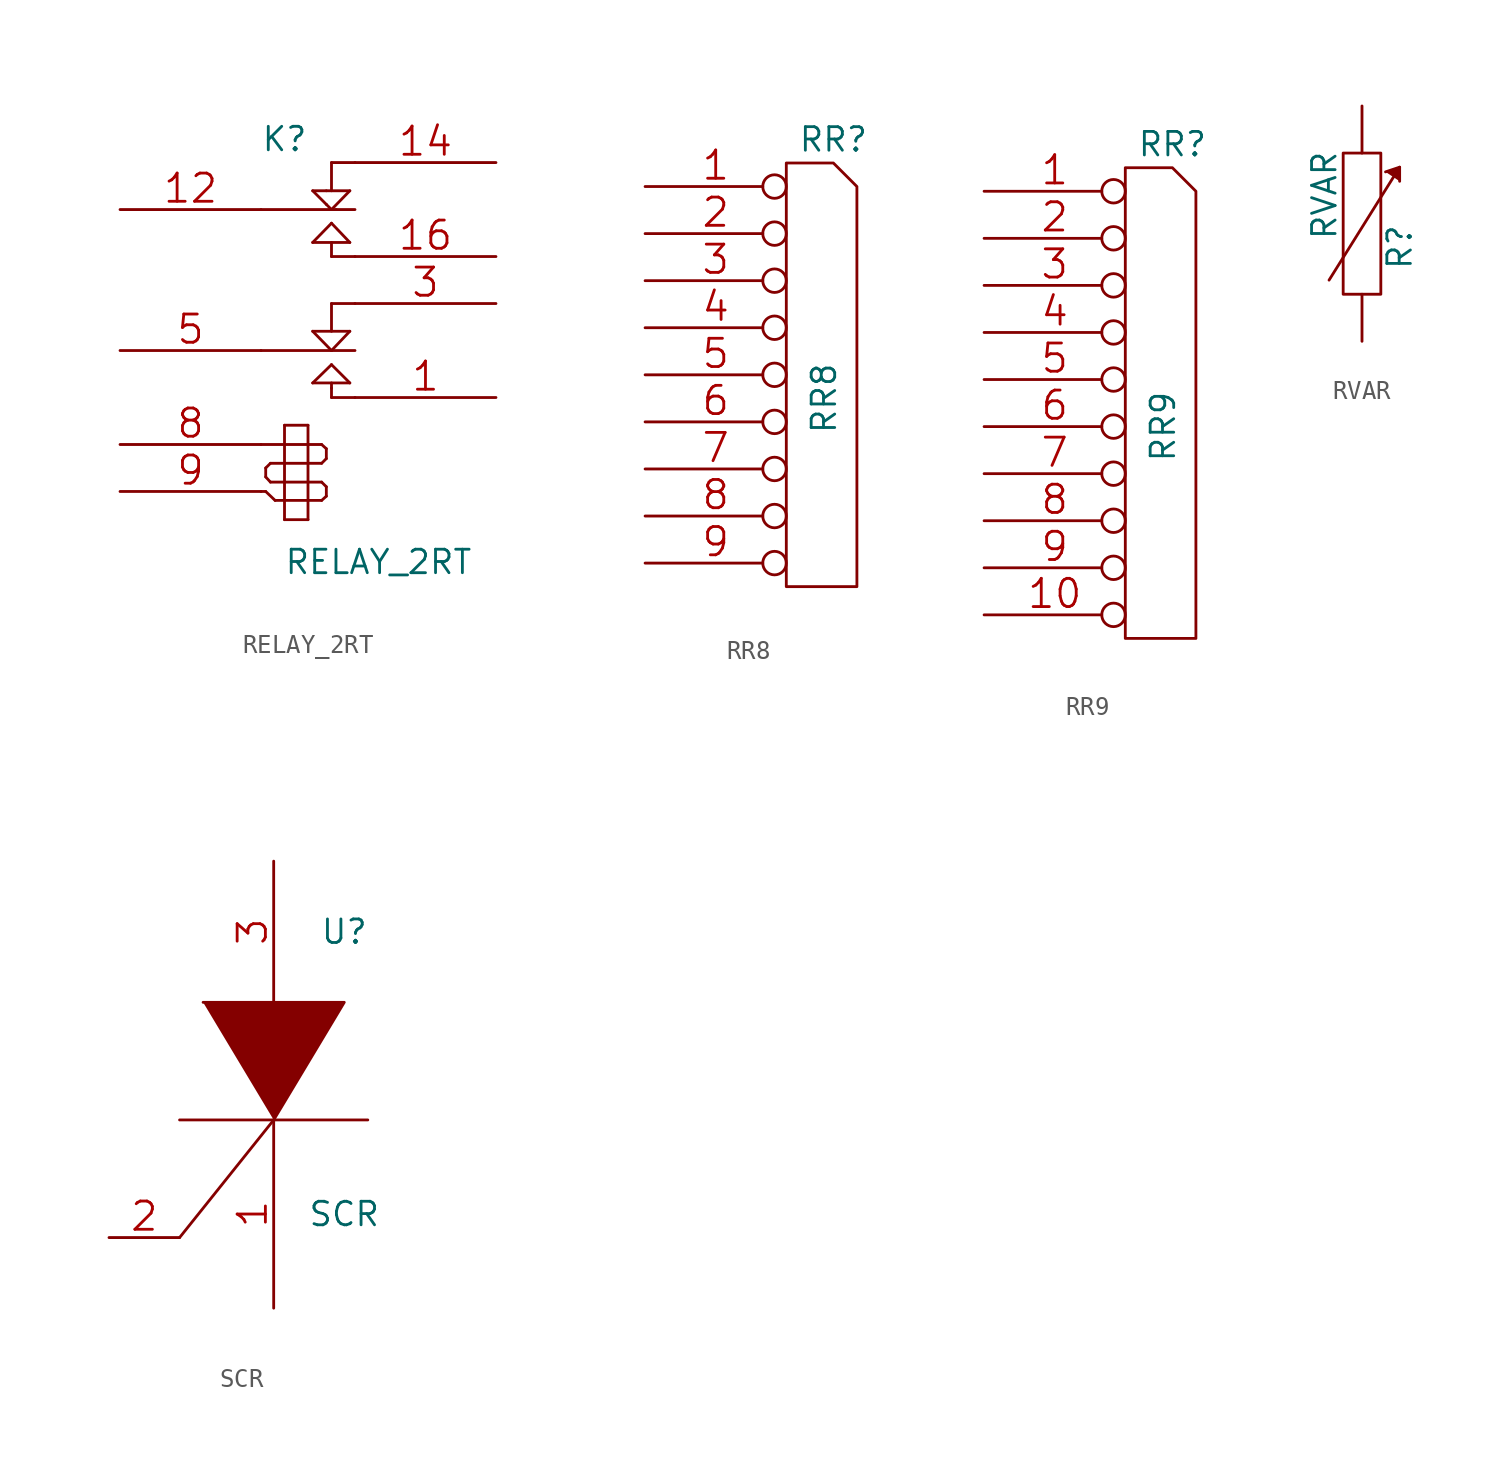
<source format=kicad_sym>
(kicad_symbol_lib
  (version 20211014)
  (generator kicad_symbol_editor)
  (symbol "RELAY_2RT"
    (pin_names
      (offset 1.016) hide)
    (property "Reference" "K"
      (at -1.27 10.16 0)
      (effects (font (size 1.27 1.27))))
    (property "Value" "RELAY_2RT"
      (at 3.81 -12.7 0)
      (effects (font (size 1.27 1.27))))
    (property "Footprint" ""
      (at 0 0 0)
      (effects (font (size 1.524 1.524))))
    (property "Datasheet" ""
      (at 0 0 0)
      (effects (font (size 1.524 1.524))))
    (symbol "RELAY_2RT_0_1"
      (polyline (pts (xy -2.54 -8.89) (xy -2.286 -8.89)) (stroke (width 0) (type default) (color 0 0 0 0)) (fill (type none)))
      (polyline (pts (xy -2.54 -6.35) (xy -1.27 -6.35)) (stroke (width 0) (type default) (color 0 0 0 0)) (fill (type none)))
      (polyline (pts (xy -2.54 -1.27) (xy 1.27 -1.27)) (stroke (width 0) (type default) (color 0 0 0 0)) (fill (type none)))
      (polyline (pts (xy -2.286 -8.89) (xy -1.778 -9.373)) (stroke (width 0) (type default) (color 0 0 0 0)) (fill (type none)))
      (polyline (pts (xy -2.286 -8.103) (xy -2.286 -7.62)) (stroke (width 0) (type default) (color 0 0 0 0)) (fill (type none)))
      (polyline (pts (xy -2.032 -8.382) (xy -2.286 -8.103)) (stroke (width 0) (type default) (color 0 0 0 0)) (fill (type none)))
      (polyline (pts (xy -2.032 -7.366) (xy -2.286 -7.62)) (stroke (width 0) (type default) (color 0 0 0 0)) (fill (type none)))
      (polyline (pts (xy -1.778 -9.373) (xy -1.27 -9.373)) (stroke (width 0) (type default) (color 0 0 0 0)) (fill (type none)))
      (polyline (pts (xy -1.27 -10.414) (xy -1.27 -5.309)) (stroke (width 0) (type default) (color 0 0 0 0)) (fill (type none)))
      (polyline (pts (xy -1.27 -8.382) (xy -2.032 -8.382)) (stroke (width 0) (type default) (color 0 0 0 0)) (fill (type none)))
      (polyline (pts (xy -1.27 -8.382) (xy 0 -8.382)) (stroke (width 0) (type default) (color 0 0 0 0)) (fill (type none)))
      (polyline (pts (xy -1.27 -7.366) (xy -2.032 -7.366)) (stroke (width 0) (type default) (color 0 0 0 0)) (fill (type none)))
      (polyline (pts (xy -1.27 -6.35) (xy 0 -6.35)) (stroke (width 0) (type default) (color 0 0 0 0)) (fill (type none)))
      (polyline (pts (xy -1.27 -5.309) (xy 0 -5.309)) (stroke (width 0) (type default) (color 0 0 0 0)) (fill (type none)))
      (polyline (pts (xy 0 -10.414) (xy -1.27 -10.414)) (stroke (width 0) (type default) (color 0 0 0 0)) (fill (type none)))
      (polyline (pts (xy 0 -9.373) (xy -1.27 -9.373)) (stroke (width 0) (type default) (color 0 0 0 0)) (fill (type none)))
      (polyline (pts (xy 0 -9.373) (xy 0.737 -9.373)) (stroke (width 0) (type default) (color 0 0 0 0)) (fill (type none)))
      (polyline (pts (xy 0 -8.382) (xy 0.737 -8.382)) (stroke (width 0) (type default) (color 0 0 0 0)) (fill (type none)))
      (polyline (pts (xy 0 -7.366) (xy -1.27 -7.366)) (stroke (width 0) (type default) (color 0 0 0 0)) (fill (type none)))
      (polyline (pts (xy 0 -7.366) (xy 0.737 -7.366)) (stroke (width 0) (type default) (color 0 0 0 0)) (fill (type none)))
      (polyline (pts (xy 0 -6.35) (xy 0.737 -6.35)) (stroke (width 0) (type default) (color 0 0 0 0)) (fill (type none)))
      (polyline (pts (xy 0 -5.309) (xy 0 -10.414)) (stroke (width 0) (type default) (color 0 0 0 0)) (fill (type none)))
      (polyline (pts (xy 0.254 -3.023) (xy 2.261 -3.023)) (stroke (width 0) (type default) (color 0 0 0 0)) (fill (type none)))
      (polyline (pts (xy 0.254 -0.229) (xy 2.261 -0.229)) (stroke (width 0) (type default) (color 0 0 0 0)) (fill (type none)))
      (polyline (pts (xy 0.254 4.572) (xy 1.27 5.613)) (stroke (width 0) (type default) (color 0 0 0 0)) (fill (type none)))
      (polyline (pts (xy 0.254 7.366) (xy 0.991 7.366)) (stroke (width 0) (type default) (color 0 0 0 0)) (fill (type none)))
      (polyline (pts (xy 0.737 -9.373) (xy 0.991 -9.144)) (stroke (width 0) (type default) (color 0 0 0 0)) (fill (type none)))
      (polyline (pts (xy 0.737 -8.382) (xy 0.991 -8.636)) (stroke (width 0) (type default) (color 0 0 0 0)) (fill (type none)))
      (polyline (pts (xy 0.737 -7.366) (xy 0.991 -7.112)) (stroke (width 0) (type default) (color 0 0 0 0)) (fill (type none)))
      (polyline (pts (xy 0.737 -6.35) (xy 0.991 -6.579)) (stroke (width 0) (type default) (color 0 0 0 0)) (fill (type none)))
      (polyline (pts (xy 0.991 -9.144) (xy 0.991 -8.636)) (stroke (width 0) (type default) (color 0 0 0 0)) (fill (type none)))
      (polyline (pts (xy 0.991 -6.579) (xy 0.991 -7.112)) (stroke (width 0) (type default) (color 0 0 0 0)) (fill (type none)))
      (polyline (pts (xy 0.991 6.629) (xy 0.254 7.366)) (stroke (width 0) (type default) (color 0 0 0 0)) (fill (type none)))
      (polyline (pts (xy 0.991 6.629) (xy 1.27 6.35)) (stroke (width 0) (type default) (color 0 0 0 0)) (fill (type none)))
      (polyline (pts (xy 0.991 7.366) (xy 2.261 7.366)) (stroke (width 0) (type default) (color 0 0 0 0)) (fill (type none)))
      (polyline (pts (xy 1.27 -3.81) (xy 1.27 -3.302)) (stroke (width 0) (type default) (color 0 0 0 0)) (fill (type none)))
      (polyline (pts (xy 1.27 -3.302) (xy 1.27 -3.023)) (stroke (width 0) (type default) (color 0 0 0 0)) (fill (type none)))
      (polyline (pts (xy 1.27 -2.032) (xy 0.254 -3.023)) (stroke (width 0) (type default) (color 0 0 0 0)) (fill (type none)))
      (polyline (pts (xy 1.27 -1.27) (xy 0.254 -0.229)) (stroke (width 0) (type default) (color 0 0 0 0)) (fill (type none)))
      (polyline (pts (xy 1.27 -1.27) (xy 2.54 -1.27)) (stroke (width 0) (type default) (color 0 0 0 0)) (fill (type none)))
      (polyline (pts (xy 1.27 1.27) (xy 1.27 -0.229)) (stroke (width 0) (type default) (color 0 0 0 0)) (fill (type none)))
      (polyline (pts (xy 1.27 1.27) (xy 2.54 1.27)) (stroke (width 0) (type default) (color 0 0 0 0)) (fill (type none)))
      (polyline (pts (xy 1.27 3.81) (xy 1.27 4.572)) (stroke (width 0) (type default) (color 0 0 0 0)) (fill (type none)))
      (polyline (pts (xy 1.27 3.81) (xy 2.54 3.81)) (stroke (width 0) (type default) (color 0 0 0 0)) (fill (type none)))
      (polyline (pts (xy 1.27 5.613) (xy 2.261 4.572)) (stroke (width 0) (type default) (color 0 0 0 0)) (fill (type none)))
      (polyline (pts (xy 1.27 6.35) (xy -2.54 6.35)) (stroke (width 0) (type default) (color 0 0 0 0)) (fill (type none)))
      (polyline (pts (xy 1.27 6.35) (xy 1.524 6.35)) (stroke (width 0) (type default) (color 0 0 0 0)) (fill (type none)))
      (polyline (pts (xy 1.27 8.89) (xy 1.27 7.366)) (stroke (width 0) (type default) (color 0 0 0 0)) (fill (type none)))
      (polyline (pts (xy 1.27 8.89) (xy 2.54 8.89)) (stroke (width 0) (type default) (color 0 0 0 0)) (fill (type none)))
      (polyline (pts (xy 1.524 6.35) (xy 2.54 6.35)) (stroke (width 0) (type default) (color 0 0 0 0)) (fill (type none)))
      (polyline (pts (xy 2.261 -3.023) (xy 1.27 -2.032)) (stroke (width 0) (type default) (color 0 0 0 0)) (fill (type none)))
      (polyline (pts (xy 2.261 -0.229) (xy 1.27 -1.27)) (stroke (width 0) (type default) (color 0 0 0 0)) (fill (type none)))
      (polyline (pts (xy 2.261 4.572) (xy 0.254 4.572)) (stroke (width 0) (type default) (color 0 0 0 0)) (fill (type none)))
      (polyline (pts (xy 2.261 7.366) (xy 1.27 6.35)) (stroke (width 0) (type default) (color 0 0 0 0)) (fill (type none)))
      (polyline (pts (xy 2.54 -3.81) (xy 1.27 -3.81)) (stroke (width 0) (type default) (color 0 0 0 0)) (fill (type none))))
    (symbol "RELAY_2RT_1_1"
      (pin passive line (at 10.16 -3.81 180) (length 7.62) (name "T1" (effects (font (size 1.524 1.524)))) (number "1" (effects (font (size 1.524 1.524)))))
      (pin passive line (at -10.16 6.35 0) (length 7.62) (name "C2" (effects (font (size 1.524 1.524)))) (number "12" (effects (font (size 1.524 1.524)))))
      (pin passive line (at 10.16 8.89 180) (length 7.62) (name "R2" (effects (font (size 1.524 1.524)))) (number "14" (effects (font (size 1.524 1.524)))))
      (pin passive line (at 10.16 3.81 180) (length 7.62) (name "T2" (effects (font (size 1.524 1.524)))) (number "16" (effects (font (size 1.524 1.524)))))
      (pin passive line (at 10.16 1.27 180) (length 7.62) (name "R1" (effects (font (size 1.524 1.524)))) (number "3" (effects (font (size 1.524 1.524)))))
      (pin passive line (at -10.16 -1.27 0) (length 7.62) (name "C1" (effects (font (size 1.524 1.524)))) (number "5" (effects (font (size 1.524 1.524)))))
      (pin input line (at -10.16 -6.35 0) (length 7.62) (name "8" (effects (font (size 1.524 1.524)))) (number "8" (effects (font (size 1.524 1.524)))))
      (pin input line (at -10.16 -8.89 0) (length 7.62) (name "9" (effects (font (size 1.524 1.524)))) (number "9" (effects (font (size 1.524 1.524)))))))
  (symbol "RR8"
    (pin_names
      (offset 1.016) hide)
    (property "Reference" "RR"
      (at 1.27 13.97 0)
      (effects (font (size 1.27 1.27))))
    (property "Value" "RR8"
      (at 0.762 0 90)
      (effects (font (size 1.27 1.27))))
    (property "Footprint" ""
      (at 0 0 0)
      (effects (font (size 1.524 1.524))))
    (property "Datasheet" ""
      (at 0 0 0)
      (effects (font (size 1.524 1.524))))
    (symbol "RR8_0_1"
      (polyline (pts (xy -1.27 -10.16) (xy -1.27 12.7) (xy 1.27 12.7) (xy 2.54 11.43) (xy 2.54 -10.16) (xy -1.27 -10.16)) (stroke (width 0) (type default) (color 0 0 0 0)) (fill (type none))))
    (symbol "RR8_1_1"
      (pin passive inverted (at -8.89 11.43 0) (length 7.62) (name "COM" (effects (font (size 1.524 1.524)))) (number "1" (effects (font (size 1.524 1.524)))))
      (pin passive inverted (at -8.89 8.89 0) (length 7.62) (name "2" (effects (font (size 1.524 1.524)))) (number "2" (effects (font (size 1.524 1.524)))))
      (pin passive inverted (at -8.89 6.35 0) (length 7.62) (name "3" (effects (font (size 1.524 1.524)))) (number "3" (effects (font (size 1.524 1.524)))))
      (pin passive inverted (at -8.89 3.81 0) (length 7.62) (name "4" (effects (font (size 1.524 1.524)))) (number "4" (effects (font (size 1.524 1.524)))))
      (pin passive inverted (at -8.89 1.27 0) (length 7.62) (name "5" (effects (font (size 1.524 1.524)))) (number "5" (effects (font (size 1.524 1.524)))))
      (pin passive inverted (at -8.89 -1.27 0) (length 7.62) (name "6" (effects (font (size 1.524 1.524)))) (number "6" (effects (font (size 1.524 1.524)))))
      (pin passive inverted (at -8.89 -3.81 0) (length 7.62) (name "7" (effects (font (size 1.524 1.524)))) (number "7" (effects (font (size 1.524 1.524)))))
      (pin passive inverted (at -8.89 -6.35 0) (length 7.62) (name "8" (effects (font (size 1.524 1.524)))) (number "8" (effects (font (size 1.524 1.524)))))
      (pin passive inverted (at -8.89 -8.89 0) (length 7.62) (name "9" (effects (font (size 1.524 1.524)))) (number "9" (effects (font (size 1.524 1.524)))))))
  (symbol "RR9"
    (pin_names
      (offset 1.016) hide)
    (property "Reference" "RR"
      (at 1.27 15.24 0)
      (effects (font (size 1.27 1.27))))
    (property "Value" "RR9"
      (at 0.762 0 90)
      (effects (font (size 1.27 1.27))))
    (property "Footprint" ""
      (at 0 0 0)
      (effects (font (size 1.524 1.524))))
    (property "Datasheet" ""
      (at 0 0 0)
      (effects (font (size 1.524 1.524))))
    (symbol "RR9_0_1"
      (polyline (pts (xy -1.27 -11.43) (xy -1.27 13.97) (xy 1.27 13.97) (xy 2.54 12.7) (xy 2.54 -11.43) (xy -1.27 -11.43)) (stroke (width 0) (type default) (color 0 0 0 0)) (fill (type none))))
    (symbol "RR9_1_1"
      (pin passive inverted (at -8.89 12.7 0) (length 7.62) (name "COM" (effects (font (size 1.524 1.524)))) (number "1" (effects (font (size 1.524 1.524)))))
      (pin passive inverted (at -8.89 -10.16 0) (length 7.62) (name "10" (effects (font (size 1.524 1.524)))) (number "10" (effects (font (size 1.524 1.524)))))
      (pin passive inverted (at -8.89 10.16 0) (length 7.62) (name "2" (effects (font (size 1.524 1.524)))) (number "2" (effects (font (size 1.524 1.524)))))
      (pin passive inverted (at -8.89 7.62 0) (length 7.62) (name "3" (effects (font (size 1.524 1.524)))) (number "3" (effects (font (size 1.524 1.524)))))
      (pin passive inverted (at -8.89 5.08 0) (length 7.62) (name "4" (effects (font (size 1.524 1.524)))) (number "4" (effects (font (size 1.524 1.524)))))
      (pin passive inverted (at -8.89 2.54 0) (length 7.62) (name "5" (effects (font (size 1.524 1.524)))) (number "5" (effects (font (size 1.524 1.524)))))
      (pin passive inverted (at -8.89 0 0) (length 7.62) (name "6" (effects (font (size 1.524 1.524)))) (number "6" (effects (font (size 1.524 1.524)))))
      (pin passive inverted (at -8.89 -2.54 0) (length 7.62) (name "7" (effects (font (size 1.524 1.524)))) (number "7" (effects (font (size 1.524 1.524)))))
      (pin passive inverted (at -8.89 -5.08 0) (length 7.62) (name "8" (effects (font (size 1.524 1.524)))) (number "8" (effects (font (size 1.524 1.524)))))
      (pin passive inverted (at -8.89 -7.62 0) (length 7.62) (name "9" (effects (font (size 1.524 1.524)))) (number "9" (effects (font (size 1.524 1.524)))))))
  (symbol "RVAR"
    (pin_numbers hide)
    (pin_names
      (offset 0))
    (property "Reference" "R"
      (at 2.032 -1.27 90)
      (effects (font (size 1.27 1.27))))
    (property "Value" "RVAR"
      (at -2.032 1.524 90)
      (effects (font (size 1.27 1.27))))
    (property "Footprint" ""
      (at 0 0 0)
      (effects (font (size 1.524 1.524))))
    (property "Datasheet" ""
      (at 0 0 0)
      (effects (font (size 1.524 1.524))))
    (symbol "RVAR_0_1"
      (rectangle (start -1.016 3.81) (end 1.016 -3.81) (stroke (width 0) (type default) (color 0 0 0 0)) (fill (type none)))
      (polyline (pts (xy -1.778 -3.048) (xy 2.032 3.048)) (stroke (width 0) (type default) (color 0 0 0 0)) (fill (type none)))
      (polyline (pts (xy 2.032 2.286) (xy 2.032 3.048) (xy 1.27 2.794)) (stroke (width 0) (type default) (color 0 0 0 0)) (fill (type outline))))
    (symbol "RVAR_1_1"
      (pin passive line (at 0 6.35 270) (length 2.54) (name "~" (effects (font (size 1.524 1.524)))) (number "1" (effects (font (size 1.524 1.524)))))
      (pin passive line (at 0 -6.35 90) (length 2.54) (name "~" (effects (font (size 1.524 1.524)))) (number "2" (effects (font (size 1.524 1.524)))))))
  (symbol "SCR"
    (pin_names
      (offset 0.254) hide)
    (property "Reference" "U"
      (at 3.81 6.35 0)
      (effects (font (size 1.27 1.27))))
    (property "Value" "SCR"
      (at 3.81 -8.89 0)
      (effects (font (size 1.27 1.27))))
    (property "Footprint" ""
      (at 0 0 0)
      (effects (font (size 1.524 1.524))))
    (property "Datasheet" ""
      (at 0 0 0)
      (effects (font (size 1.524 1.524))))
    (symbol "SCR_0_0"
      (polyline (pts (xy -5.08 -3.81) (xy 5.08 -3.81)) (stroke (width 0) (type default) (color 0 0 0 0)) (fill (type none))))
    (symbol "SCR_0_1"
      (polyline (pts (xy 0 -3.81) (xy -5.08 -10.16)) (stroke (width 0) (type default) (color 0 0 0 0)) (fill (type none)))
      (polyline (pts (xy -3.81 2.54) (xy 3.81 2.54) (xy 0 -3.81)) (stroke (width 0) (type default) (color 0 0 0 0)) (fill (type outline))))
    (symbol "SCR_1_1"
      (pin input line (at 0 -13.97 90) (length 10.16) (name "K" (effects (font (size 1.778 1.778)))) (number "1" (effects (font (size 1.524 1.524)))))
      (pin input line (at -8.89 -10.16 0) (length 3.81) (name "G" (effects (font (size 1.524 1.524)))) (number "2" (effects (font (size 1.524 1.524)))))
      (pin input line (at 0 10.16 270) (length 7.62) (name "A" (effects (font (size 1.524 1.524)))) (number "3" (effects (font (size 1.524 1.524))))))))
</source>
